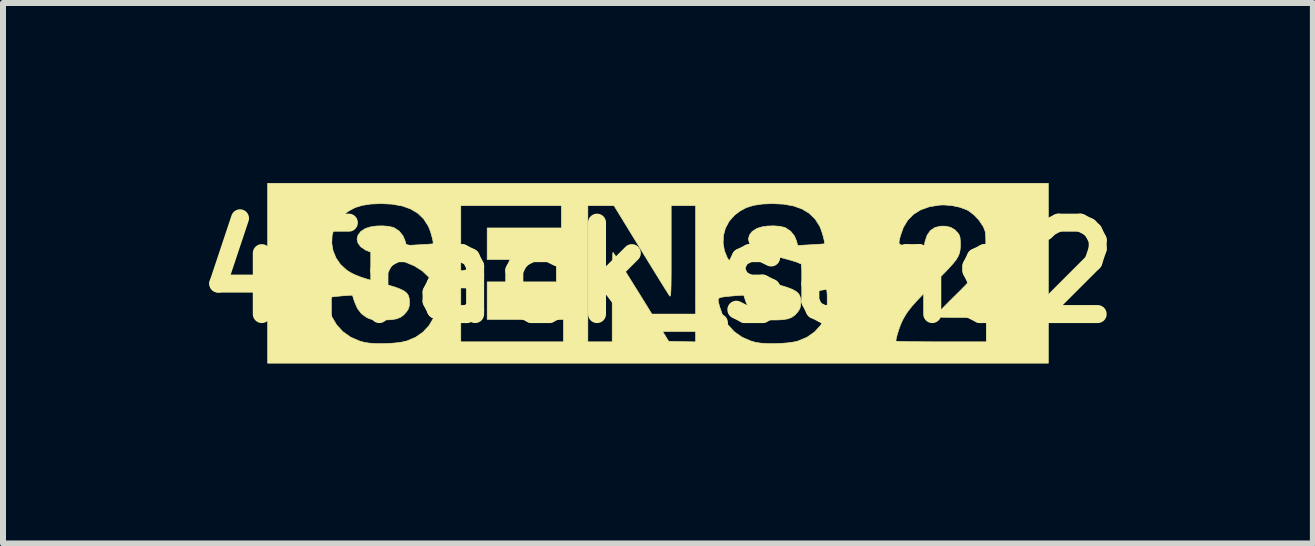
<source format=kicad_pcb>
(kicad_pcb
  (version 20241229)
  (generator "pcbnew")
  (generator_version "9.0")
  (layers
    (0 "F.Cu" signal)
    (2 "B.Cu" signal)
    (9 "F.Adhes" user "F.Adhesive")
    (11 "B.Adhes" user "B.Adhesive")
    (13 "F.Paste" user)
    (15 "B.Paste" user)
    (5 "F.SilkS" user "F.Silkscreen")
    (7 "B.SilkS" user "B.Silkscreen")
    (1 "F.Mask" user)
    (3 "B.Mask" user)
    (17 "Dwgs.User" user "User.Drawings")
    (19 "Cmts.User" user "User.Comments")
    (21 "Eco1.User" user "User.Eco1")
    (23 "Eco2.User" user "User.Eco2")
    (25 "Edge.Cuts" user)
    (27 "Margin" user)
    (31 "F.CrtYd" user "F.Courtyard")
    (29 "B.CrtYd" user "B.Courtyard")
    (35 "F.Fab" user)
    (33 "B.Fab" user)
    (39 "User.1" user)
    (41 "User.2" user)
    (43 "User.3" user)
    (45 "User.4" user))
  (footprint "4Track_sens2"
    (layer "F.Cu")
    (at 7.918 1.496)
    (property "Reference" "4Track_sens2" (at 0 0 0) (layer "F.SilkS") (effects (font (size 1.524 1.524) (thickness 0.3))))
    (attr through_hole)
    (fp_poly (pts (xy 6.507 1.508) (xy -6.507 1.508) (xy -6.507 0.471) (xy -5.52 0.471) (xy -5.509 0.519) (xy -5.497 0.565) (xy -5.44 0.728) (xy -5.358 0.868) (xy -5.252 0.983) (xy -5.124 1.074) (xy -4.974 1.139) (xy -4.891 1.162) (xy -4.81 1.174) (xy -4.706 1.181) (xy -4.59 1.182) (xy -4.47 1.178) (xy -4.357 1.169) (xy -4.259 1.155) (xy -4.19 1.139) (xy -4.04 1.076) (xy -3.915 0.989) (xy -3.815 0.88) (xy -3.747 0.765) (xy -3.728 0.72) (xy -3.714 0.678) (xy -3.707 0.631) (xy -3.703 0.57) (xy -3.702 0.485) (xy -3.702 0.474) (xy -3.703 0.387) (xy -3.706 0.325) (xy -3.713 0.278) (xy -3.725 0.238) (xy -3.744 0.195) (xy -3.749 0.184) (xy -3.824 0.069) (xy -3.929 -0.031) (xy -4.061 -0.114) (xy -4.211 -0.177) (xy -4.258 -0.192) (xy -4.329 -0.213) (xy -4.417 -0.237) (xy -4.511 -0.263) (xy -4.544 -0.272) (xy -4.64 -0.298) (xy -4.731 -0.326) (xy -4.809 -0.352) (xy -4.866 -0.374) (xy -4.879 -0.381) (xy -4.955 -0.433) (xy -5.001 -0.495) (xy -5.016 -0.561) (xy -5 -0.626) (xy -4.954 -0.687) (xy -4.878 -0.737) (xy -4.875 -0.738) (xy -4.796 -0.763) (xy -4.699 -0.778) (xy -4.595 -0.781) (xy -4.496 -0.774) (xy -4.414 -0.755) (xy -4.396 -0.748) (xy -4.312 -0.692) (xy -4.249 -0.612) (xy -4.215 -0.53) (xy -4.194 -0.454) (xy -3.974 -0.466) (xy -3.891 -0.471) (xy -3.822 -0.475) (xy -3.773 -0.479) (xy -3.75 -0.482) (xy -3.749 -0.482) (xy -3.747 -0.503) (xy -3.754 -0.547) (xy -3.769 -0.605) (xy -3.787 -0.669) (xy -3.808 -0.729) (xy -3.829 -0.778) (xy -3.83 -0.779) (xy -3.905 -0.896) (xy -4.002 -0.99) (xy -4.121 -1.062) (xy -4.264 -1.113) (xy -4.295 -1.118) (xy -3.287 -1.118) (xy -3.287 1.152) (xy -1.576 1.152) (xy -1.576 0.779) (xy -2.847 0.779) (xy -2.847 0.153) (xy -1.694 0.153) (xy -1.694 -0.22) (xy -2.847 -0.22) (xy -2.847 -0.746) (xy -1.61 -0.746) (xy -1.61 -1.118) (xy -1.169 -1.118) (xy -1.169 1.152) (xy -0.763 1.152) (xy -0.763 0.407) (xy -0.762 0.251) (xy -0.761 0.107) (xy -0.76 -0.023) (xy -0.758 -0.135) (xy -0.756 -0.226) (xy -0.754 -0.292) (xy -0.752 -0.331) (xy -0.75 -0.339) (xy -0.739 -0.325) (xy -0.712 -0.285) (xy -0.67 -0.221) (xy -0.616 -0.137) (xy -0.551 -0.034) (xy -0.477 0.084) (xy -0.396 0.214) (xy -0.308 0.355) (xy -0.279 0.402) (xy 0.179 1.144) (xy 0.627 1.153) (xy 0.627 0.471) (xy 1.004 0.471) (xy 1.015 0.519) (xy 1.027 0.565) (xy 1.084 0.728) (xy 1.166 0.868) (xy 1.271 0.983) (xy 1.4 1.074) (xy 1.55 1.139) (xy 1.633 1.162) (xy 1.714 1.174) (xy 1.817 1.181) (xy 1.934 1.182) (xy 2.053 1.178) (xy 2.167 1.169) (xy 2.265 1.155) (xy 2.332 1.14) (xy 3.965 1.14) (xy 3.982 1.142) (xy 4.028 1.145) (xy 4.102 1.147) (xy 4.2 1.149) (xy 4.318 1.15) (xy 4.453 1.151) (xy 4.601 1.152) (xy 4.719 1.152) (xy 5.473 1.152) (xy 5.473 0.746) (xy 5.05 0.746) (xy 4.912 0.745) (xy 4.805 0.744) (xy 4.727 0.742) (xy 4.673 0.738) (xy 4.64 0.733) (xy 4.627 0.727) (xy 4.626 0.725) (xy 4.638 0.707) (xy 4.67 0.67) (xy 4.721 0.616) (xy 4.786 0.549) (xy 4.863 0.471) (xy 4.937 0.398) (xy 5.047 0.29) (xy 5.135 0.199) (xy 5.206 0.124) (xy 5.262 0.059) (xy 5.307 -0.000361) (xy 5.345 -0.058) (xy 5.378 -0.117) (xy 5.411 -0.183) (xy 5.434 -0.234) (xy 5.45 -0.277) (xy 5.459 -0.321) (xy 5.463 -0.376) (xy 5.465 -0.451) (xy 5.465 -0.491) (xy 5.464 -0.578) (xy 5.461 -0.639) (xy 5.455 -0.684) (xy 5.443 -0.722) (xy 5.425 -0.762) (xy 5.417 -0.777) (xy 5.354 -0.872) (xy 5.273 -0.959) (xy 5.184 -1.028) (xy 5.145 -1.05) (xy 5.029 -1.092) (xy 4.897 -1.12) (xy 4.762 -1.13) (xy 4.694 -1.127) (xy 4.525 -1.1) (xy 4.381 -1.049) (xy 4.261 -0.975) (xy 4.164 -0.877) (xy 4.09 -0.754) (xy 4.041 -0.615) (xy 4.023 -0.545) (xy 4.018 -0.5) (xy 4.028 -0.474) (xy 4.061 -0.461) (xy 4.12 -0.454) (xy 4.164 -0.451) (xy 4.24 -0.444) (xy 4.31 -0.437) (xy 4.362 -0.431) (xy 4.372 -0.43) (xy 4.432 -0.42) (xy 4.453 -0.524) (xy 4.488 -0.628) (xy 4.543 -0.704) (xy 4.618 -0.754) (xy 4.713 -0.776) (xy 4.789 -0.776) (xy 4.879 -0.757) (xy 4.95 -0.715) (xy 5.006 -0.654) (xy 5.025 -0.622) (xy 5.036 -0.581) (xy 5.04 -0.521) (xy 5.041 -0.477) (xy 5.04 -0.418) (xy 5.034 -0.366) (xy 5.022 -0.317) (xy 5.002 -0.269) (xy 4.97 -0.217) (xy 4.924 -0.158) (xy 4.862 -0.088) (xy 4.782 -0.004) (xy 4.68 0.098) (xy 4.617 0.161) (xy 4.495 0.282) (xy 4.396 0.383) (xy 4.315 0.468) (xy 4.25 0.54) (xy 4.198 0.603) (xy 4.155 0.66) (xy 4.12 0.715) (xy 4.088 0.771) (xy 4.073 0.8) (xy 4.044 0.865) (xy 4.016 0.943) (xy 3.991 1.021) (xy 3.973 1.09) (xy 3.965 1.139) (xy 3.965 1.14) (xy 2.332 1.14) (xy 2.334 1.139) (xy 2.484 1.076) (xy 2.609 0.989) (xy 2.709 0.88) (xy 2.776 0.765) (xy 2.796 0.72) (xy 2.809 0.678) (xy 2.817 0.631) (xy 2.82 0.57) (xy 2.821 0.485) (xy 2.821 0.474) (xy 2.821 0.387) (xy 2.818 0.325) (xy 2.811 0.278) (xy 2.799 0.238) (xy 2.78 0.195) (xy 2.774 0.184) (xy 2.699 0.069) (xy 2.595 -0.031) (xy 2.463 -0.114) (xy 2.313 -0.177) (xy 2.266 -0.192) (xy 2.194 -0.213) (xy 2.107 -0.237) (xy 2.013 -0.263) (xy 1.979 -0.272) (xy 1.884 -0.298) (xy 1.793 -0.326) (xy 1.715 -0.352) (xy 1.658 -0.374) (xy 1.645 -0.381) (xy 1.569 -0.433) (xy 1.523 -0.495) (xy 1.508 -0.561) (xy 1.524 -0.626) (xy 1.57 -0.687) (xy 1.646 -0.737) (xy 1.649 -0.738) (xy 1.728 -0.763) (xy 1.825 -0.778) (xy 1.929 -0.781) (xy 2.028 -0.774) (xy 2.11 -0.755) (xy 2.127 -0.748) (xy 2.211 -0.692) (xy 2.275 -0.612) (xy 2.309 -0.53) (xy 2.329 -0.454) (xy 2.55 -0.466) (xy 2.632 -0.471) (xy 2.701 -0.475) (xy 2.751 -0.479) (xy 2.774 -0.482) (xy 2.775 -0.482) (xy 2.777 -0.503) (xy 2.769 -0.547) (xy 2.755 -0.605) (xy 2.736 -0.669) (xy 2.715 -0.729) (xy 2.695 -0.778) (xy 2.694 -0.779) (xy 2.619 -0.896) (xy 2.522 -0.99) (xy 2.403 -1.062) (xy 2.26 -1.113) (xy 2.092 -1.143) (xy 1.906 -1.152) (xy 1.737 -1.145) (xy 1.595 -1.123) (xy 1.472 -1.085) (xy 1.365 -1.027) (xy 1.274 -0.957) (xy 1.185 -0.856) (xy 1.124 -0.741) (xy 1.091 -0.618) (xy 1.086 -0.491) (xy 1.108 -0.366) (xy 1.157 -0.246) (xy 1.232 -0.137) (xy 1.333 -0.044) (xy 1.334 -0.043) (xy 1.394 -0.005) (xy 1.464 0.031) (xy 1.55 0.066) (xy 1.656 0.101) (xy 1.787 0.14) (xy 1.898 0.17) (xy 2.038 0.209) (xy 2.149 0.243) (xy 2.234 0.275) (xy 2.295 0.307) (xy 2.337 0.342) (xy 2.363 0.381) (xy 2.377 0.428) (xy 2.381 0.483) (xy 2.381 0.49) (xy 2.377 0.554) (xy 2.364 0.601) (xy 2.336 0.645) (xy 2.333 0.65) (xy 2.284 0.705) (xy 2.23 0.744) (xy 2.164 0.769) (xy 2.079 0.783) (xy 1.969 0.788) (xy 1.949 0.788) (xy 1.86 0.787) (xy 1.797 0.784) (xy 1.749 0.777) (xy 1.71 0.765) (xy 1.672 0.748) (xy 1.583 0.685) (xy 1.513 0.595) (xy 1.463 0.479) (xy 1.462 0.476) (xy 1.446 0.424) (xy 1.434 0.387) (xy 1.43 0.375) (xy 1.412 0.375) (xy 1.368 0.377) (xy 1.302 0.382) (xy 1.223 0.389) (xy 1.213 0.39) (xy 1.121 0.399) (xy 1.059 0.408) (xy 1.022 0.42) (xy 1.005 0.44) (xy 1.004 0.471) (xy 0.627 0.471) (xy 0.627 -1.118) (xy 0.22 -1.118) (xy 0.22 -0.352) (xy 0.22 -0.168) (xy 0.22 -0.016) (xy 0.219 0.108) (xy 0.218 0.205) (xy 0.216 0.279) (xy 0.213 0.332) (xy 0.21 0.367) (xy 0.206 0.386) (xy 0.201 0.391) (xy 0.197 0.389) (xy 0.184 0.37) (xy 0.155 0.325) (xy 0.112 0.257) (xy 0.057 0.168) (xy -0.009 0.062) (xy -0.084 -0.06) (xy -0.166 -0.193) (xy -0.254 -0.335) (xy -0.279 -0.377) (xy -0.733 -1.118) (xy -1.169 -1.118) (xy -1.61 -1.118) (xy -3.287 -1.118) (xy -4.295 -1.118) (xy -4.431 -1.143) (xy -4.618 -1.152) (xy -4.786 -1.145) (xy -4.929 -1.123) (xy -5.051 -1.085) (xy -5.159 -1.027) (xy -5.25 -0.957) (xy -5.339 -0.856) (xy -5.399 -0.741) (xy -5.432 -0.618) (xy -5.438 -0.491) (xy -5.416 -0.366) (xy -5.367 -0.246) (xy -5.292 -0.137) (xy -5.19 -0.044) (xy -5.189 -0.043) (xy -5.13 -0.005) (xy -5.06 0.031) (xy -4.974 0.066) (xy -4.868 0.101) (xy -4.737 0.14) (xy -4.626 0.17) (xy -4.485 0.209) (xy -4.374 0.243) (xy -4.29 0.275) (xy -4.228 0.307) (xy -4.186 0.342) (xy -4.16 0.381) (xy -4.147 0.428) (xy -4.143 0.483) (xy -4.143 0.49) (xy -4.146 0.554) (xy -4.16 0.601) (xy -4.187 0.645) (xy -4.191 0.65) (xy -4.24 0.705) (xy -4.294 0.744) (xy -4.36 0.769) (xy -4.444 0.783) (xy -4.554 0.788) (xy -4.575 0.788) (xy -4.664 0.787) (xy -4.727 0.784) (xy -4.774 0.777) (xy -4.814 0.765) (xy -4.852 0.748) (xy -4.941 0.685) (xy -5.01 0.595) (xy -5.06 0.479) (xy -5.061 0.476) (xy -5.077 0.424) (xy -5.089 0.387) (xy -5.094 0.375) (xy -5.111 0.375) (xy -5.156 0.377) (xy -5.221 0.382) (xy -5.301 0.389) (xy -5.311 0.39) (xy -5.402 0.399) (xy -5.464 0.408) (xy -5.502 0.42) (xy -5.519 0.44) (xy -5.52 0.471) (xy -6.507 0.471) (xy -6.507 -1.491) (xy 6.507 -1.491) (xy 6.507 1.508)) (stroke (width 0.01) (type solid)) (fill yes) (layer "F.SilkS")))
  (gr_rect
    (start -3 -3)
    (end 18.835 6.009)
    (stroke (width 0.1) (type default))
    (fill no)
    (layer "Edge.Cuts")))
</source>
